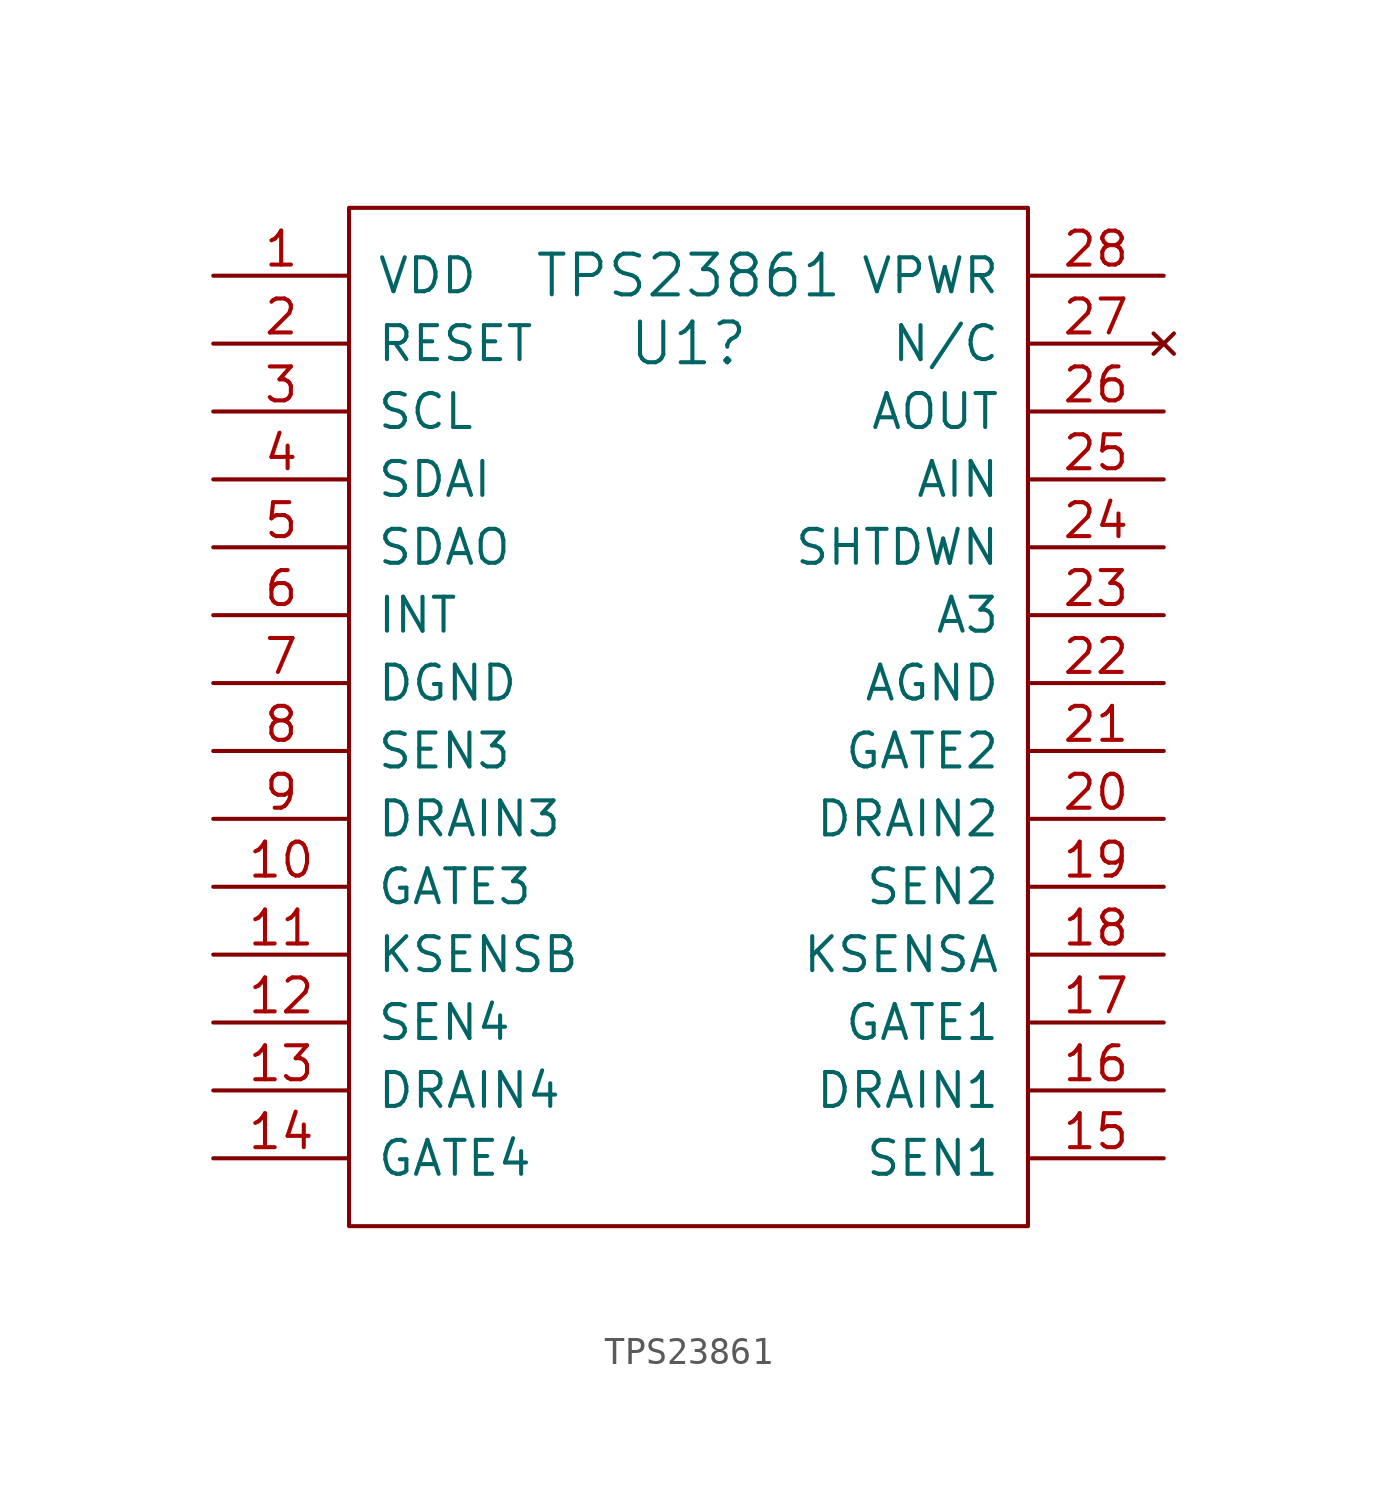
<source format=kicad_sym>
(kicad_symbol_lib
  (version 20220914)
  (generator kicad_symbol_editor)
  (symbol "TPS23861"
    (pin_names
      (offset 1.016))
    (property "Reference" "U1"
      (at 0 15.24 0)
      (effects (font (size 1.524 1.524))))
    (property "Value" "TPS23861"
      (at 0 17.78 0)
      (effects (font (size 1.524 1.524))))
    (symbol "TPS23861_0_1"
      (rectangle (start -12.7 20.32) (end 12.7 -17.78) (stroke (width 0) (type default)) (fill (type none))))
    (symbol "TPS23861_1_1"
      (pin power_in line (at -17.78 17.78 0) (length 5.08) (name "VDD" (effects (font (size 1.27 1.27)))) (number "1" (effects (font (size 1.27 1.27)))))
      (pin output line (at -17.78 -5.08 0) (length 5.08) (name "GATE3" (effects (font (size 1.27 1.27)))) (number "10" (effects (font (size 1.27 1.27)))))
      (pin input line (at -17.78 -7.62 0) (length 5.08) (name "KSENSB" (effects (font (size 1.27 1.27)))) (number "11" (effects (font (size 1.27 1.27)))))
      (pin input line (at -17.78 -10.16 0) (length 5.08) (name "SEN4" (effects (font (size 1.27 1.27)))) (number "12" (effects (font (size 1.27 1.27)))))
      (pin input line (at -17.78 -12.7 0) (length 5.08) (name "DRAIN4" (effects (font (size 1.27 1.27)))) (number "13" (effects (font (size 1.27 1.27)))))
      (pin output line (at -17.78 -15.24 0) (length 5.08) (name "GATE4" (effects (font (size 1.27 1.27)))) (number "14" (effects (font (size 1.27 1.27)))))
      (pin input line (at 17.78 -15.24 180) (length 5.08) (name "SEN1" (effects (font (size 1.27 1.27)))) (number "15" (effects (font (size 1.27 1.27)))))
      (pin input line (at 17.78 -12.7 180) (length 5.08) (name "DRAIN1" (effects (font (size 1.27 1.27)))) (number "16" (effects (font (size 1.27 1.27)))))
      (pin output line (at 17.78 -10.16 180) (length 5.08) (name "GATE1" (effects (font (size 1.27 1.27)))) (number "17" (effects (font (size 1.27 1.27)))))
      (pin input line (at 17.78 -7.62 180) (length 5.08) (name "KSENSA" (effects (font (size 1.27 1.27)))) (number "18" (effects (font (size 1.27 1.27)))))
      (pin input line (at 17.78 -5.08 180) (length 5.08) (name "SEN2" (effects (font (size 1.27 1.27)))) (number "19" (effects (font (size 1.27 1.27)))))
      (pin input line (at -17.78 15.24 0) (length 5.08) (name "RESET" (effects (font (size 1.27 1.27)))) (number "2" (effects (font (size 1.27 1.27)))))
      (pin input line (at 17.78 -2.54 180) (length 5.08) (name "DRAIN2" (effects (font (size 1.27 1.27)))) (number "20" (effects (font (size 1.27 1.27)))))
      (pin output line (at 17.78 0 180) (length 5.08) (name "GATE2" (effects (font (size 1.27 1.27)))) (number "21" (effects (font (size 1.27 1.27)))))
      (pin power_in line (at 17.78 2.54 180) (length 5.08) (name "AGND" (effects (font (size 1.27 1.27)))) (number "22" (effects (font (size 1.27 1.27)))))
      (pin input line (at 17.78 5.08 180) (length 5.08) (name "A3" (effects (font (size 1.27 1.27)))) (number "23" (effects (font (size 1.27 1.27)))))
      (pin input line (at 17.78 7.62 180) (length 5.08) (name "SHTDWN" (effects (font (size 1.27 1.27)))) (number "24" (effects (font (size 1.27 1.27)))))
      (pin input line (at 17.78 10.16 180) (length 5.08) (name "AIN" (effects (font (size 1.27 1.27)))) (number "25" (effects (font (size 1.27 1.27)))))
      (pin output line (at 17.78 12.7 180) (length 5.08) (name "AOUT" (effects (font (size 1.27 1.27)))) (number "26" (effects (font (size 1.27 1.27)))))
      (pin no_connect line (at 17.78 15.24 180) (length 5.08) (name "N/C" (effects (font (size 1.27 1.27)))) (number "27" (effects (font (size 1.27 1.27)))))
      (pin power_in line (at 17.78 17.78 180) (length 5.08) (name "VPWR" (effects (font (size 1.27 1.27)))) (number "28" (effects (font (size 1.27 1.27)))))
      (pin input line (at -17.78 12.7 0) (length 5.08) (name "SCL" (effects (font (size 1.27 1.27)))) (number "3" (effects (font (size 1.27 1.27)))))
      (pin input line (at -17.78 10.16 0) (length 5.08) (name "SDAI" (effects (font (size 1.27 1.27)))) (number "4" (effects (font (size 1.27 1.27)))))
      (pin output line (at -17.78 7.62 0) (length 5.08) (name "SDAO" (effects (font (size 1.27 1.27)))) (number "5" (effects (font (size 1.27 1.27)))))
      (pin output line (at -17.78 5.08 0) (length 5.08) (name "INT" (effects (font (size 1.27 1.27)))) (number "6" (effects (font (size 1.27 1.27)))))
      (pin power_in line (at -17.78 2.54 0) (length 5.08) (name "DGND" (effects (font (size 1.27 1.27)))) (number "7" (effects (font (size 1.27 1.27)))))
      (pin input line (at -17.78 0 0) (length 5.08) (name "SEN3" (effects (font (size 1.27 1.27)))) (number "8" (effects (font (size 1.27 1.27)))))
      (pin input line (at -17.78 -2.54 0) (length 5.08) (name "DRAIN3" (effects (font (size 1.27 1.27)))) (number "9" (effects (font (size 1.27 1.27))))))))
</source>
